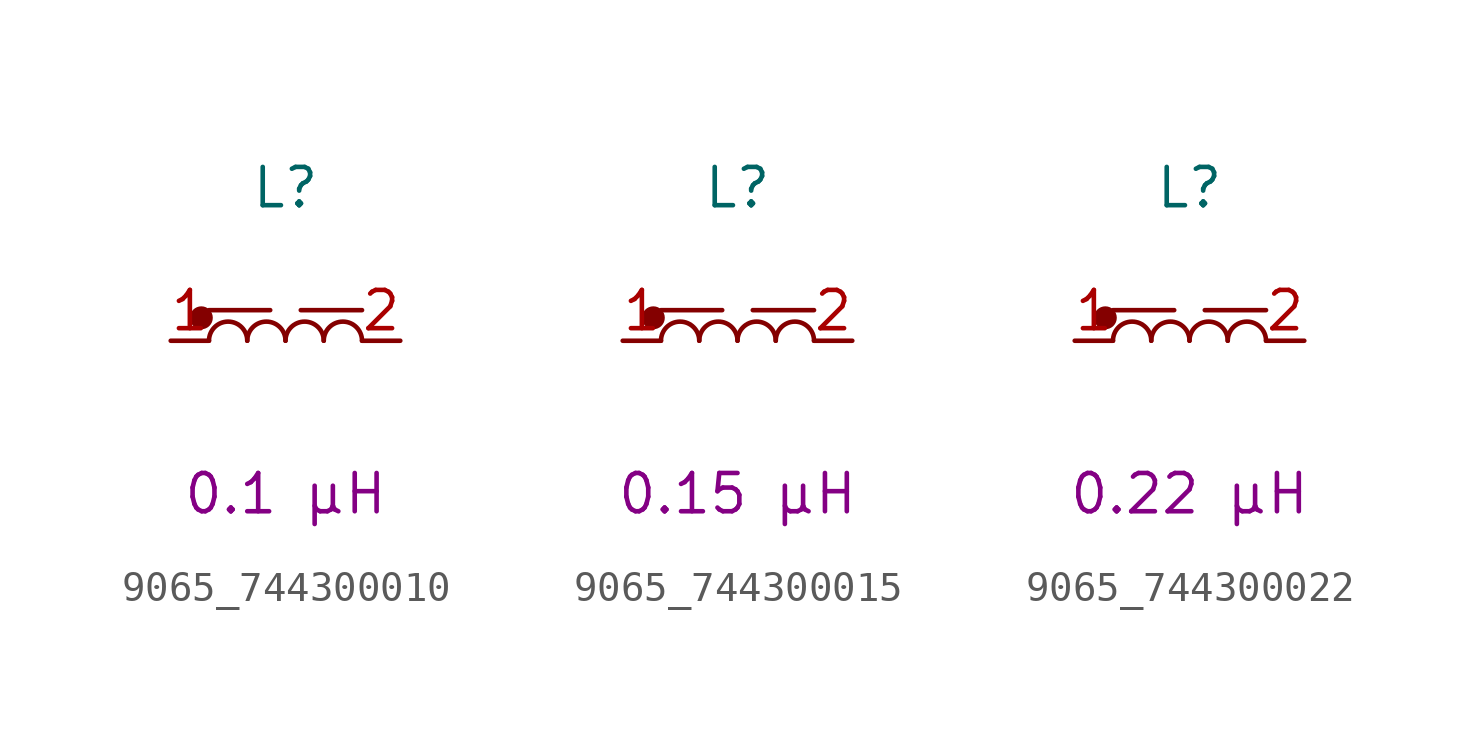
<source format=kicad_sym>
(kicad_symbol_lib
  (version 20220914)
  (generator kicad_symbol_editor)
  (symbol "9065_744300010"
    (pin_names hide)
    (property "Reference" "L"
      (at 0 5.08 0)
      (effects (font (size 1.27 1.27))))
    (property "Critical Parameter" "0.1 µH"
      (at 0 -5.08 0)
      (effects (font (size 1.27 1.27))))
    (symbol "9065_744300010_0_1"
      (arc (start -1.27 0) (mid -1.905 0.6323) (end -2.54 0) (stroke (width 0) (type default)) (fill (type none)))
      (arc (start 0 0) (mid -0.635 0.6323) (end -1.27 0) (stroke (width 0) (type default)) (fill (type none)))
      (polyline (pts (xy -2.54 1.016) (xy -0.508 1.016)) (stroke (width 0) (type default)) (fill (type none)))
      (arc (start 1.27 0) (mid 0.635 0.6323) (end 0 0) (stroke (width 0) (type default)) (fill (type none)))
      (arc (start 2.54 0) (mid 1.905 0.6323) (end 1.27 0) (stroke (width 0) (type default)) (fill (type none))))
    (symbol "9065_744300010_1_1"
      (circle (center -2.794 0.762) (radius 0.0001) (stroke (width 0.381) (type default)) (fill (type none)))
      (polyline (pts (xy 2.54 1.016) (xy 0.508 1.016)) (stroke (width 0) (type default)) (fill (type none)))
      (pin passive line (at -3.81 0 0) (length 1.27) (name "1" (effects (font (size 1.27 1.27)))) (number "1" (effects (font (size 1.27 1.27)))))
      (pin passive line (at 3.81 0 180) (length 1.27) (name "2" (effects (font (size 1.27 1.27)))) (number "2" (effects (font (size 1.27 1.27)))))))
  (symbol "9065_744300015"
    (pin_names hide)
    (property "Reference" "L"
      (at 0 5.08 0)
      (effects (font (size 1.27 1.27))))
    (property "Critical Parameter" "0.15 µH"
      (at 0 -5.08 0)
      (effects (font (size 1.27 1.27))))
    (symbol "9065_744300015_0_1"
      (arc (start -1.27 0) (mid -1.905 0.6323) (end -2.54 0) (stroke (width 0) (type default)) (fill (type none)))
      (arc (start 0 0) (mid -0.635 0.6323) (end -1.27 0) (stroke (width 0) (type default)) (fill (type none)))
      (polyline (pts (xy -2.54 1.016) (xy -0.508 1.016)) (stroke (width 0) (type default)) (fill (type none)))
      (arc (start 1.27 0) (mid 0.635 0.6323) (end 0 0) (stroke (width 0) (type default)) (fill (type none)))
      (arc (start 2.54 0) (mid 1.905 0.6323) (end 1.27 0) (stroke (width 0) (type default)) (fill (type none))))
    (symbol "9065_744300015_1_1"
      (circle (center -2.794 0.762) (radius 0.0001) (stroke (width 0.381) (type default)) (fill (type none)))
      (polyline (pts (xy 2.54 1.016) (xy 0.508 1.016)) (stroke (width 0) (type default)) (fill (type none)))
      (pin passive line (at -3.81 0 0) (length 1.27) (name "1" (effects (font (size 1.27 1.27)))) (number "1" (effects (font (size 1.27 1.27)))))
      (pin passive line (at 3.81 0 180) (length 1.27) (name "2" (effects (font (size 1.27 1.27)))) (number "2" (effects (font (size 1.27 1.27)))))))
  (symbol "9065_744300022"
    (pin_names hide)
    (property "Reference" "L"
      (at 0 5.08 0)
      (effects (font (size 1.27 1.27))))
    (property "Critical Parameter" "0.22 µH"
      (at 0 -5.08 0)
      (effects (font (size 1.27 1.27))))
    (symbol "9065_744300022_0_1"
      (arc (start -1.27 0) (mid -1.905 0.6323) (end -2.54 0) (stroke (width 0) (type default)) (fill (type none)))
      (arc (start 0 0) (mid -0.635 0.6323) (end -1.27 0) (stroke (width 0) (type default)) (fill (type none)))
      (polyline (pts (xy -2.54 1.016) (xy -0.508 1.016)) (stroke (width 0) (type default)) (fill (type none)))
      (arc (start 1.27 0) (mid 0.635 0.6323) (end 0 0) (stroke (width 0) (type default)) (fill (type none)))
      (arc (start 2.54 0) (mid 1.905 0.6323) (end 1.27 0) (stroke (width 0) (type default)) (fill (type none))))
    (symbol "9065_744300022_1_1"
      (circle (center -2.794 0.762) (radius 0.0001) (stroke (width 0.381) (type default)) (fill (type none)))
      (polyline (pts (xy 2.54 1.016) (xy 0.508 1.016)) (stroke (width 0) (type default)) (fill (type none)))
      (pin passive line (at -3.81 0 0) (length 1.27) (name "1" (effects (font (size 1.27 1.27)))) (number "1" (effects (font (size 1.27 1.27)))))
      (pin passive line (at 3.81 0 180) (length 1.27) (name "2" (effects (font (size 1.27 1.27)))) (number "2" (effects (font (size 1.27 1.27))))))))
</source>
